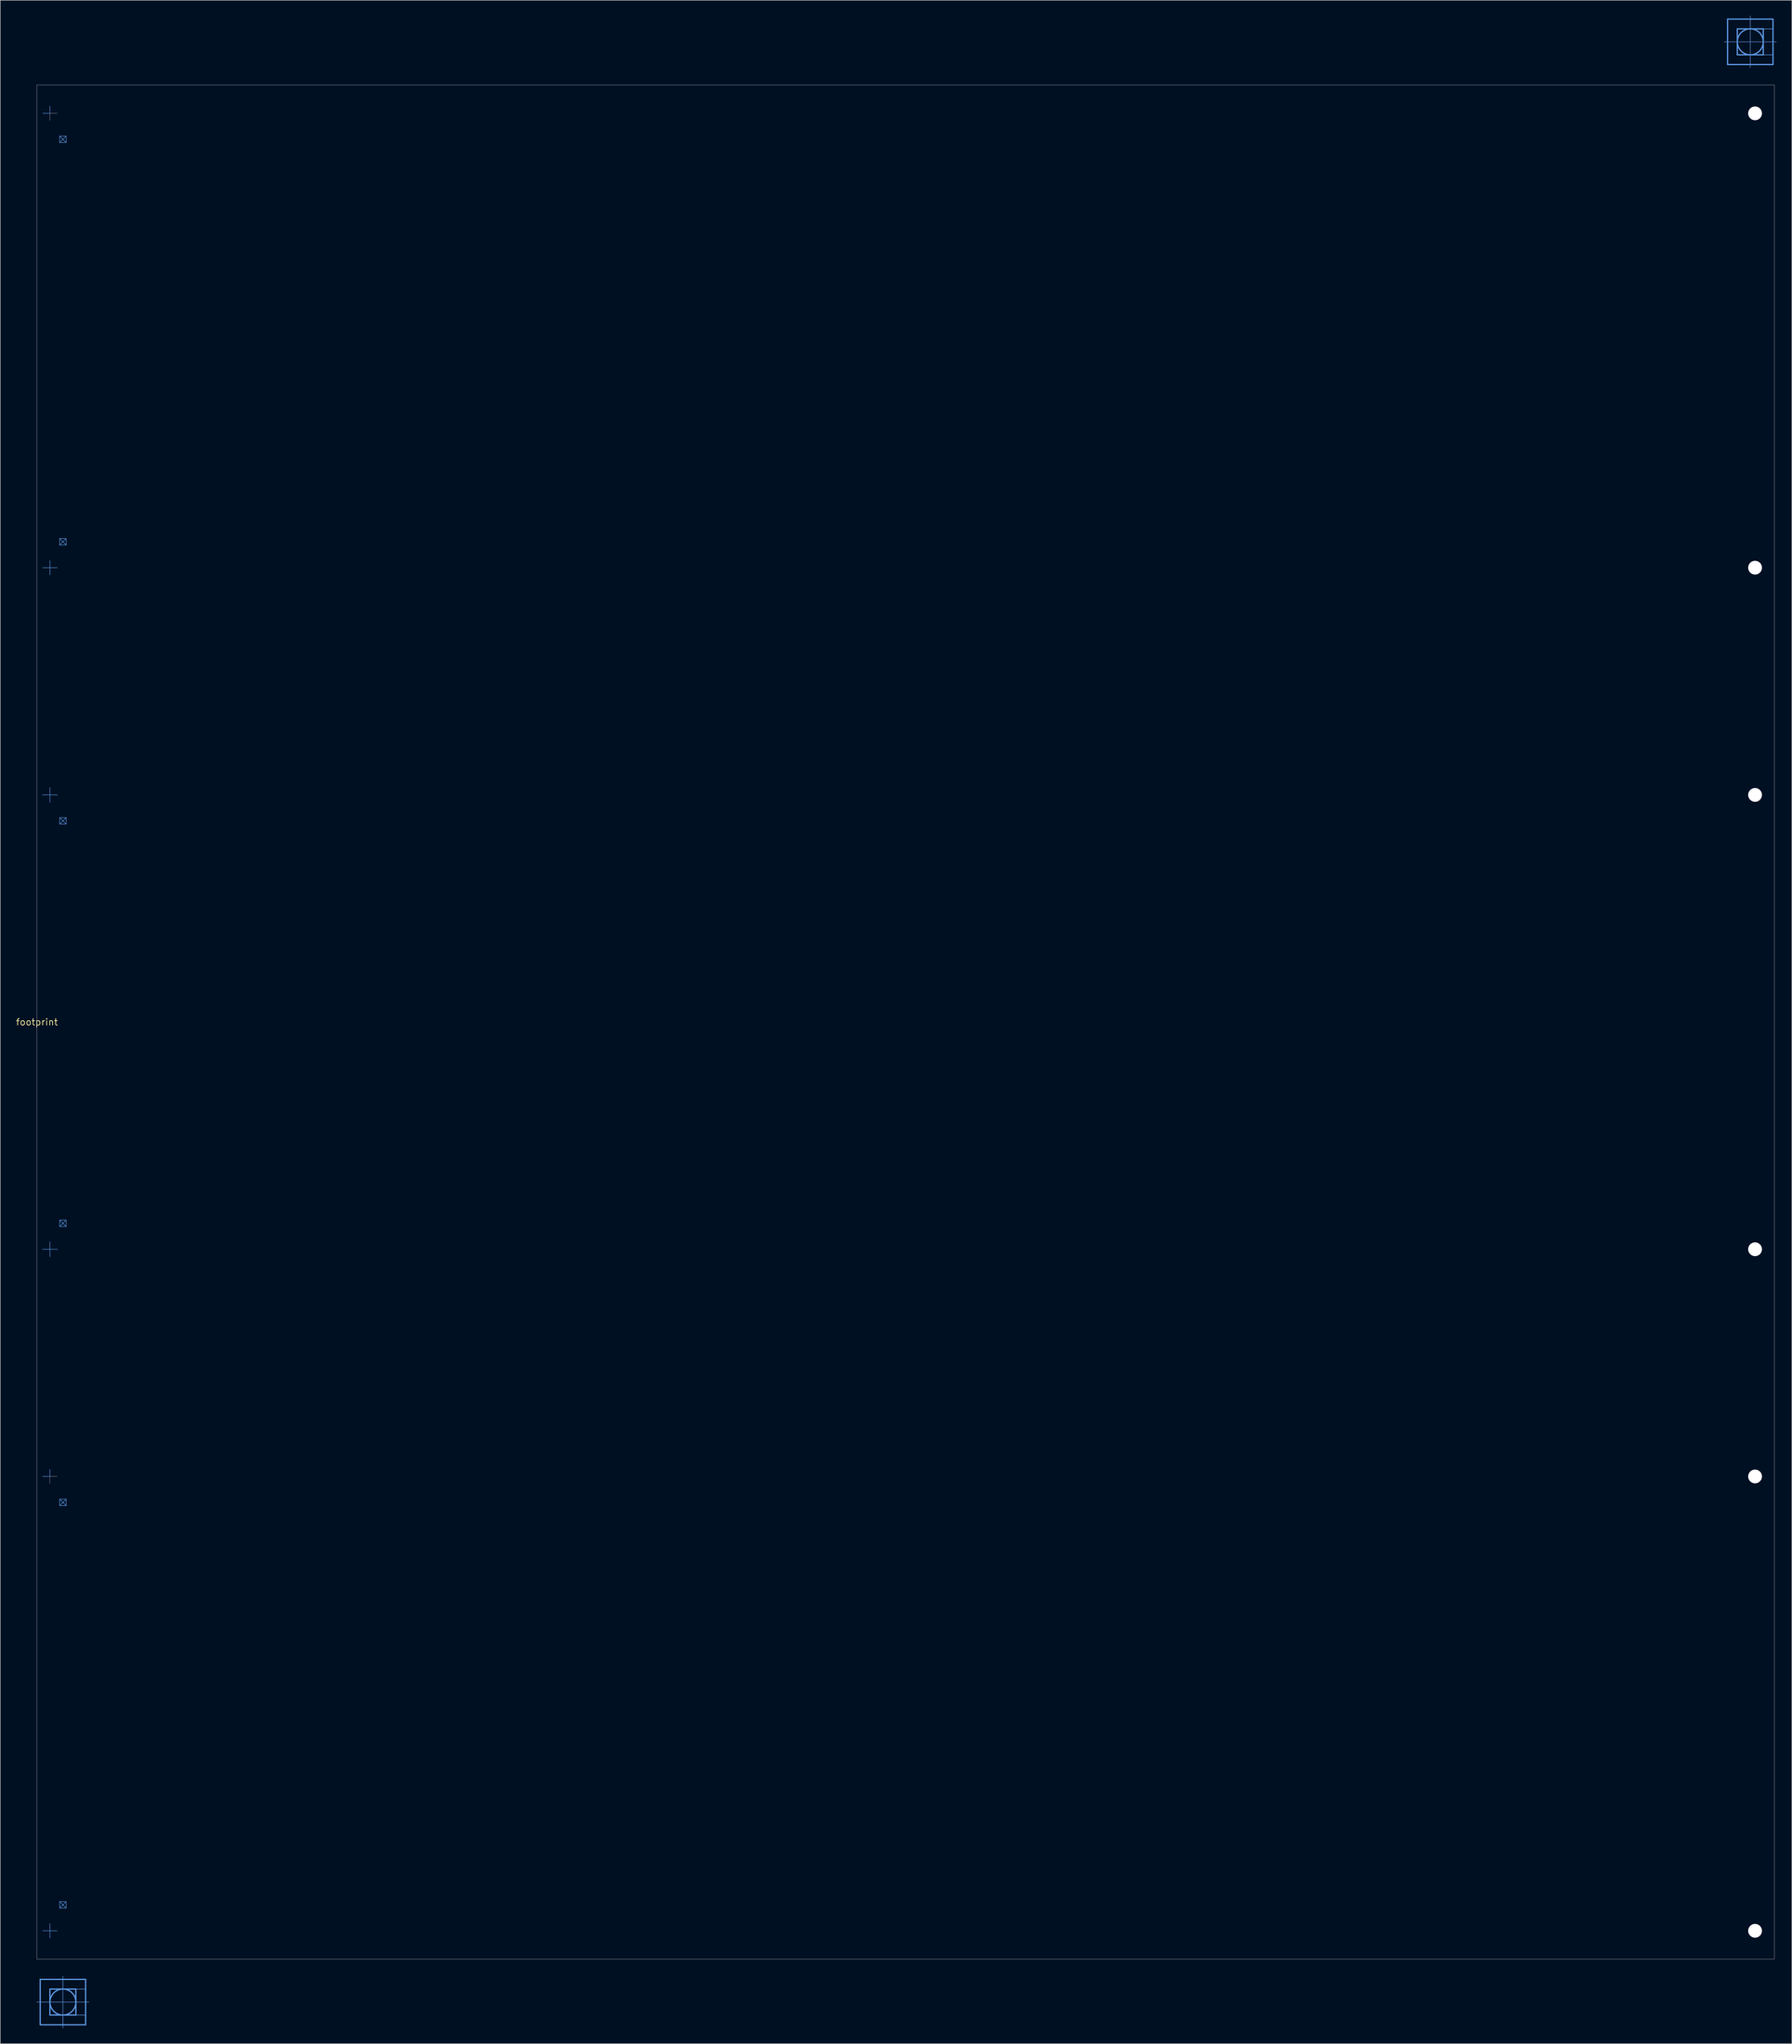
<source format=kicad_pcb>
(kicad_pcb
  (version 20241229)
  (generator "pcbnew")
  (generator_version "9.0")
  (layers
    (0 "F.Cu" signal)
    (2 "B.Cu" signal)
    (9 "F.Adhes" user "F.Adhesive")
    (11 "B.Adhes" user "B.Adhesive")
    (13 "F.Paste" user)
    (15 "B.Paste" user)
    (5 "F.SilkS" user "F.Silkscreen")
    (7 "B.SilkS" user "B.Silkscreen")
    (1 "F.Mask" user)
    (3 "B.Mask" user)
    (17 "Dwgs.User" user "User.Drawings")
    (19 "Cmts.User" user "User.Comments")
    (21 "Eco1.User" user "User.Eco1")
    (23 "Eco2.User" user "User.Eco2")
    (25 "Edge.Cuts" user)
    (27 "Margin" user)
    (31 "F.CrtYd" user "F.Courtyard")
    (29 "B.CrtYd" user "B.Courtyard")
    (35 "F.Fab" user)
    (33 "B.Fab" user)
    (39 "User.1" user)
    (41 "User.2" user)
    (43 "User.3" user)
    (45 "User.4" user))
  (footprint "footprint"
    (layer "F.Cu")
    (at 4.18 196.926)
    (property "Reference" "footprint" (at 0 0 0) (layer "F.SilkS") (effects (font (size 1.27 1.27) (thickness 0.15))))
    (fp_line (start 0 191.745) (end 0.635 191.745) (stroke (width 0.102) (type solid)) (layer "Cmts.User"))
    (fp_line (start 0.635 187.3) (end 9.525 187.3) (stroke (width 0.254) (type solid)) (layer "Cmts.User"))
    (fp_line (start 0.635 191.745) (end 0.635 187.3) (stroke (width 0.254) (type solid)) (layer "Cmts.User"))
    (fp_line (start 0.635 191.745) (end 10.16 191.745) (stroke (width 0.102) (type solid)) (layer "Cmts.User"))
    (fp_line (start 0.635 196.19) (end 0.635 191.745) (stroke (width 0.254) (type solid)) (layer "Cmts.User"))
    (fp_line (start 2.534 -177.8) (end 1.137 -177.8) (stroke (width 0.1) (type solid)) (layer "Cmts.User"))
    (fp_line (start 2.534 -177.8) (end 2.534 -179.197) (stroke (width 0.1) (type solid)) (layer "Cmts.User"))
    (fp_line (start 2.534 -88.9) (end 1.137 -88.9) (stroke (width 0.1) (type solid)) (layer "Cmts.User"))
    (fp_line (start 2.534 -88.9) (end 2.534 -90.297) (stroke (width 0.1) (type solid)) (layer "Cmts.User"))
    (fp_line (start 2.534 -88.9) (end 2.534 -87.514) (stroke (width 0.1) (type solid)) (layer "Cmts.User"))
    (fp_line (start 2.534 -88.9) (end 3.948 -88.9) (stroke (width 0.1) (type solid)) (layer "Cmts.User"))
    (fp_line (start 2.534 -44.45) (end 1.087 -44.45) (stroke (width 0.1) (type solid)) (layer "Cmts.User"))
    (fp_line (start 2.534 -44.45) (end 2.534 -45.897) (stroke (width 0.1) (type solid)) (layer "Cmts.User"))
    (fp_line (start 2.534 -44.45) (end 2.534 -43.014) (stroke (width 0.1) (type solid)) (layer "Cmts.User"))
    (fp_line (start 2.534 -44.45) (end 3.998 -44.45) (stroke (width 0.1) (type solid)) (layer "Cmts.User"))
    (fp_line (start 2.534 44.45) (end 1.087 44.45) (stroke (width 0.1) (type solid)) (layer "Cmts.User"))
    (fp_line (start 2.534 44.45) (end 2.534 42.986) (stroke (width 0.1) (type solid)) (layer "Cmts.User"))
    (fp_line (start 2.534 44.45) (end 2.534 45.886) (stroke (width 0.1) (type solid)) (layer "Cmts.User"))
    (fp_line (start 2.534 44.45) (end 3.992 44.45) (stroke (width 0.1) (type solid)) (layer "Cmts.User"))
    (fp_line (start 2.534 88.9) (end 1.137 88.9) (stroke (width 0.1) (type solid)) (layer "Cmts.User"))
    (fp_line (start 2.534 88.9) (end 2.534 87.503) (stroke (width 0.1) (type solid)) (layer "Cmts.User"))
    (fp_line (start 2.534 177.8) (end 1.137 177.8) (stroke (width 0.1) (type solid)) (layer "Cmts.User"))
    (fp_line (start 2.534 177.8) (end 2.534 176.403) (stroke (width 0.1) (type solid)) (layer "Cmts.User"))
    (fp_line (start 2.534 177.8) (end 2.534 179.186) (stroke (width 0.1) (type solid)) (layer "Cmts.User"))
    (fp_line (start 2.534 177.8) (end 3.948 177.8) (stroke (width 0.1) (type solid)) (layer "Cmts.User"))
    (fp_line (start 2.54 189.205) (end 2.54 194.285) (stroke (width 0.254) (type solid)) (layer "Cmts.User"))
    (fp_line (start 2.54 194.285) (end 7.62 194.285) (stroke (width 0.254) (type solid)) (layer "Cmts.User"))
    (fp_line (start 4.445 -173.355) (end 5.715 -173.355) (stroke (width 0.1) (type solid)) (layer "Cmts.User"))
    (fp_line (start 4.445 -173.355) (end 5.715 -172.085) (stroke (width 0.1) (type solid)) (layer "Cmts.User"))
    (fp_line (start 4.445 -172.085) (end 4.445 -173.355) (stroke (width 0.1) (type solid)) (layer "Cmts.User"))
    (fp_line (start 4.445 -172.085) (end 5.715 -173.355) (stroke (width 0.1) (type solid)) (layer "Cmts.User"))
    (fp_line (start 4.445 -94.615) (end 5.715 -94.615) (stroke (width 0.1) (type solid)) (layer "Cmts.User"))
    (fp_line (start 4.445 -94.615) (end 5.715 -93.345) (stroke (width 0.1) (type solid)) (layer "Cmts.User"))
    (fp_line (start 4.445 -93.345) (end 4.445 -94.615) (stroke (width 0.1) (type solid)) (layer "Cmts.User"))
    (fp_line (start 4.445 -93.345) (end 5.715 -94.615) (stroke (width 0.1) (type solid)) (layer "Cmts.User"))
    (fp_line (start 4.445 -40.005) (end 5.715 -40.005) (stroke (width 0.1) (type solid)) (layer "Cmts.User"))
    (fp_line (start 4.445 -40.005) (end 5.715 -38.735) (stroke (width 0.1) (type solid)) (layer "Cmts.User"))
    (fp_line (start 4.445 -38.735) (end 4.445 -40.005) (stroke (width 0.1) (type solid)) (layer "Cmts.User"))
    (fp_line (start 4.445 -38.735) (end 5.715 -40.005) (stroke (width 0.1) (type solid)) (layer "Cmts.User"))
    (fp_line (start 4.445 38.735) (end 5.715 38.735) (stroke (width 0.1) (type solid)) (layer "Cmts.User"))
    (fp_line (start 4.445 38.735) (end 5.715 40.005) (stroke (width 0.1) (type solid)) (layer "Cmts.User"))
    (fp_line (start 4.445 40.005) (end 4.445 38.735) (stroke (width 0.1) (type solid)) (layer "Cmts.User"))
    (fp_line (start 4.445 40.005) (end 5.715 38.735) (stroke (width 0.1) (type solid)) (layer "Cmts.User"))
    (fp_line (start 4.445 93.345) (end 5.715 93.345) (stroke (width 0.1) (type solid)) (layer "Cmts.User"))
    (fp_line (start 4.445 93.345) (end 5.715 94.615) (stroke (width 0.1) (type solid)) (layer "Cmts.User"))
    (fp_line (start 4.445 94.615) (end 4.445 93.345) (stroke (width 0.1) (type solid)) (layer "Cmts.User"))
    (fp_line (start 4.445 94.615) (end 5.715 93.345) (stroke (width 0.1) (type solid)) (layer "Cmts.User"))
    (fp_line (start 4.445 172.085) (end 5.715 172.085) (stroke (width 0.1) (type solid)) (layer "Cmts.User"))
    (fp_line (start 4.445 172.085) (end 5.715 173.355) (stroke (width 0.1) (type solid)) (layer "Cmts.User"))
    (fp_line (start 4.445 173.355) (end 4.445 172.085) (stroke (width 0.1) (type solid)) (layer "Cmts.User"))
    (fp_line (start 4.445 173.355) (end 5.715 172.085) (stroke (width 0.1) (type solid)) (layer "Cmts.User"))
    (fp_line (start 5.08 196.825) (end 5.08 186.665) (stroke (width 0.102) (type solid)) (layer "Cmts.User"))
    (fp_line (start 5.715 -173.355) (end 5.715 -172.085) (stroke (width 0.1) (type solid)) (layer "Cmts.User"))
    (fp_line (start 5.715 -172.085) (end 4.445 -172.085) (stroke (width 0.1) (type solid)) (layer "Cmts.User"))
    (fp_line (start 5.715 -94.615) (end 5.715 -93.345) (stroke (width 0.1) (type solid)) (layer "Cmts.User"))
    (fp_line (start 5.715 -93.345) (end 4.445 -93.345) (stroke (width 0.1) (type solid)) (layer "Cmts.User"))
    (fp_line (start 5.715 -40.005) (end 5.715 -38.735) (stroke (width 0.1) (type solid)) (layer "Cmts.User"))
    (fp_line (start 5.715 -38.735) (end 4.445 -38.735) (stroke (width 0.1) (type solid)) (layer "Cmts.User"))
    (fp_line (start 5.715 38.735) (end 5.715 40.005) (stroke (width 0.1) (type solid)) (layer "Cmts.User"))
    (fp_line (start 5.715 40.005) (end 4.445 40.005) (stroke (width 0.1) (type solid)) (layer "Cmts.User"))
    (fp_line (start 5.715 93.345) (end 5.715 94.615) (stroke (width 0.1) (type solid)) (layer "Cmts.User"))
    (fp_line (start 5.715 94.615) (end 4.445 94.615) (stroke (width 0.1) (type solid)) (layer "Cmts.User"))
    (fp_line (start 5.715 172.085) (end 5.715 173.355) (stroke (width 0.1) (type solid)) (layer "Cmts.User"))
    (fp_line (start 5.715 173.355) (end 4.445 173.355) (stroke (width 0.1) (type solid)) (layer "Cmts.User"))
    (fp_line (start 7.62 189.205) (end 2.54 189.205) (stroke (width 0.254) (type solid)) (layer "Cmts.User"))
    (fp_line (start 7.62 194.285) (end 7.62 189.205) (stroke (width 0.254) (type solid)) (layer "Cmts.User"))
    (fp_line (start 9.525 187.3) (end 9.525 196.19) (stroke (width 0.254) (type solid)) (layer "Cmts.User"))
    (fp_line (start 9.525 196.19) (end 0.635 196.19) (stroke (width 0.254) (type solid)) (layer "Cmts.User"))
    (fp_line (start 330.2 -191.795) (end 330.835 -191.795) (stroke (width 0.102) (type solid)) (layer "Cmts.User"))
    (fp_line (start 330.835 -196.24) (end 339.725 -196.24) (stroke (width 0.254) (type solid)) (layer "Cmts.User"))
    (fp_line (start 330.835 -191.795) (end 330.835 -196.24) (stroke (width 0.254) (type solid)) (layer "Cmts.User"))
    (fp_line (start 330.835 -191.795) (end 340.36 -191.795) (stroke (width 0.102) (type solid)) (layer "Cmts.User"))
    (fp_line (start 330.835 -187.35) (end 330.835 -191.795) (stroke (width 0.254) (type solid)) (layer "Cmts.User"))
    (fp_line (start 332.74 -194.335) (end 332.74 -189.255) (stroke (width 0.254) (type solid)) (layer "Cmts.User"))
    (fp_line (start 332.74 -189.255) (end 337.82 -189.255) (stroke (width 0.254) (type solid)) (layer "Cmts.User"))
    (fp_line (start 335.28 -186.715) (end 335.28 -196.875) (stroke (width 0.102) (type solid)) (layer "Cmts.User"))
    (fp_line (start 337.82 -194.335) (end 332.74 -194.335) (stroke (width 0.254) (type solid)) (layer "Cmts.User"))
    (fp_line (start 337.82 -189.255) (end 337.82 -194.335) (stroke (width 0.254) (type solid)) (layer "Cmts.User"))
    (fp_line (start 339.725 -196.24) (end 339.725 -187.35) (stroke (width 0.254) (type solid)) (layer "Cmts.User"))
    (fp_line (start 339.725 -187.35) (end 330.835 -187.35) (stroke (width 0.254) (type solid)) (layer "Cmts.User"))
    (fp_circle (center 2.534 -177.8) (end 3.931 -177.8) (stroke (width 0.001) (type solid)) (fill no) (layer "Cmts.User"))
    (fp_circle (center 2.534 -88.9) (end 3.931 -88.9) (stroke (width 0.001) (type solid)) (fill no) (layer "Cmts.User"))
    (fp_circle (center 2.534 -44.45) (end 3.931 -44.45) (stroke (width 0.001) (type solid)) (fill no) (layer "Cmts.User"))
    (fp_circle (center 2.534 44.45) (end 3.931 44.45) (stroke (width 0.001) (type solid)) (fill no) (layer "Cmts.User"))
    (fp_circle (center 2.534 88.9) (end 3.931 88.9) (stroke (width 0.001) (type solid)) (fill no) (layer "Cmts.User"))
    (fp_circle (center 2.534 177.8) (end 3.931 177.8) (stroke (width 0.001) (type solid)) (fill no) (layer "Cmts.User"))
    (fp_circle (center 5.08 191.745) (end 7.62 191.745) (stroke (width 0.254) (type solid)) (fill no) (layer "Cmts.User"))
    (fp_circle (center 335.28 -191.795) (end 337.82 -191.795) (stroke (width 0.254) (type solid)) (fill no) (layer "Cmts.User"))
    (fp_poly (pts (xy 5.08 189.205) (xy 9.525 189.205) (xy 9.525 187.3) (xy 5.08 187.3)) (stroke (width 0.1) (type solid)) (fill no) (layer "Cmts.User"))
    (fp_poly (pts (xy 5.08 196.19) (xy 9.525 196.19) (xy 9.525 194.285) (xy 5.08 194.285)) (stroke (width 0.1) (type solid)) (fill no) (layer "Cmts.User"))
    (fp_poly (pts (xy 7.62 194.285) (xy 9.525 194.285) (xy 9.525 189.205) (xy 7.62 189.205)) (stroke (width 0.1) (type solid)) (fill no) (layer "Cmts.User"))
    (fp_poly (pts (xy 335.28 -194.335) (xy 339.725 -194.335) (xy 339.725 -196.24) (xy 335.28 -196.24)) (stroke (width 0.1) (type solid)) (fill no) (layer "Cmts.User"))
    (fp_poly (pts (xy 335.28 -187.35) (xy 339.725 -187.35) (xy 339.725 -189.255) (xy 335.28 -189.255)) (stroke (width 0.1) (type solid)) (fill no) (layer "Cmts.User"))
    (fp_poly (pts (xy 337.82 -189.255) (xy 339.725 -189.255) (xy 339.725 -194.335) (xy 337.82 -194.335)) (stroke (width 0.1) (type solid)) (fill no) (layer "Cmts.User"))
    (fp_line (start -0.006 -183.35) (end -0.006 183.35) (stroke (width 0.05) (type solid)) (layer "Edge.Cuts"))
    (fp_line (start 2.534 -177.8) (end 2.534 -176.414) (stroke (width 0.05) (type solid)) (layer "Edge.Cuts"))
    (fp_line (start 2.534 -177.8) (end 3.948 -177.8) (stroke (width 0.05) (type solid)) (layer "Edge.Cuts"))
    (fp_line (start 2.534 88.9) (end 2.534 90.286) (stroke (width 0.05) (type solid)) (layer "Edge.Cuts"))
    (fp_line (start 2.534 88.9) (end 3.948 88.9) (stroke (width 0.05) (type solid)) (layer "Edge.Cuts"))
    (fp_line (start 339.994 -183.35) (end -0.006 -183.35) (stroke (width 0.05) (type solid)) (layer "Edge.Cuts"))
    (fp_line (start 339.994 -183.35) (end 339.994 183.35) (stroke (width 0.05) (type solid)) (layer "Edge.Cuts"))
    (fp_line (start 339.994 183.35) (end -0.006 183.35) (stroke (width 0.05) (type solid)) (layer "Edge.Cuts"))
    (pad "" np_thru_hole circle (at 336.214 -177.8) (size 2.7 2.7) (drill 2.7) (layers "*.Cu" "*.Mask"))
    (pad "" np_thru_hole circle (at 336.214 -88.9) (size 2.7 2.7) (drill 2.7) (layers "*.Cu" "*.Mask"))
    (pad "" np_thru_hole circle (at 336.214 -44.45) (size 2.7 2.7) (drill 2.7) (layers "*.Cu" "*.Mask"))
    (pad "" np_thru_hole circle (at 336.214 44.45) (size 2.7 2.7) (drill 2.7) (layers "*.Cu" "*.Mask"))
    (pad "" np_thru_hole circle (at 336.214 88.9) (size 2.7 2.7) (drill 2.7) (layers "*.Cu" "*.Mask"))
    (pad "" np_thru_hole circle (at 336.214 177.8) (size 2.7 2.7) (drill 2.7) (layers "*.Cu" "*.Mask"))
    (zone (net_name "") (layer "F.Cu") (hatch edge 0.508) (connect_pads) (min_thickness 0.254) (filled_areas_thickness no) (keepout (tracks not_allowed) (vias not_allowed) (pads not_allowed) (copperpour not_allowed) (footprints allowed)) (placement (enabled no)) (fill) (polygon (pts (xy 344.174 13.576) (xy 4.174 13.576) (xy 4.174 16.076) (xy 344.174 16.076))))
    (zone (net_name "") (layer "F.Cu") (hatch edge 0.508) (connect_pads) (min_thickness 0.254) (filled_areas_thickness no) (keepout (tracks not_allowed) (vias not_allowed) (pads not_allowed) (copperpour not_allowed) (footprints allowed)) (placement (enabled no)) (fill) (polygon (pts (xy 344.174 377.776) (xy 4.174 377.776) (xy 4.174 380.276) (xy 344.174 380.276))))
    (zone (net_name "") (layer "B.Cu") (hatch edge 0.508) (connect_pads) (min_thickness 0.254) (filled_areas_thickness no) (keepout (tracks not_allowed) (vias not_allowed) (pads not_allowed) (copperpour not_allowed) (footprints allowed)) (placement (enabled no)) (fill) (polygon (pts (xy 344.174 13.576) (xy 4.174 13.576) (xy 4.174 16.076) (xy 344.174 16.076))))
    (zone (net_name "") (layer "B.Cu") (hatch edge 0.508) (connect_pads) (min_thickness 0.254) (filled_areas_thickness no) (keepout (tracks not_allowed) (vias not_allowed) (pads not_allowed) (copperpour not_allowed) (footprints allowed)) (placement (enabled no)) (fill) (polygon (pts (xy 344.174 377.776) (xy 4.174 377.776) (xy 4.174 380.276) (xy 344.174 380.276)))))
  (gr_rect
    (start -3 -3)
    (end 347.591 396.802)
    (stroke (width 0.1) (type default))
    (fill no)
    (layer "Edge.Cuts")))
</source>
